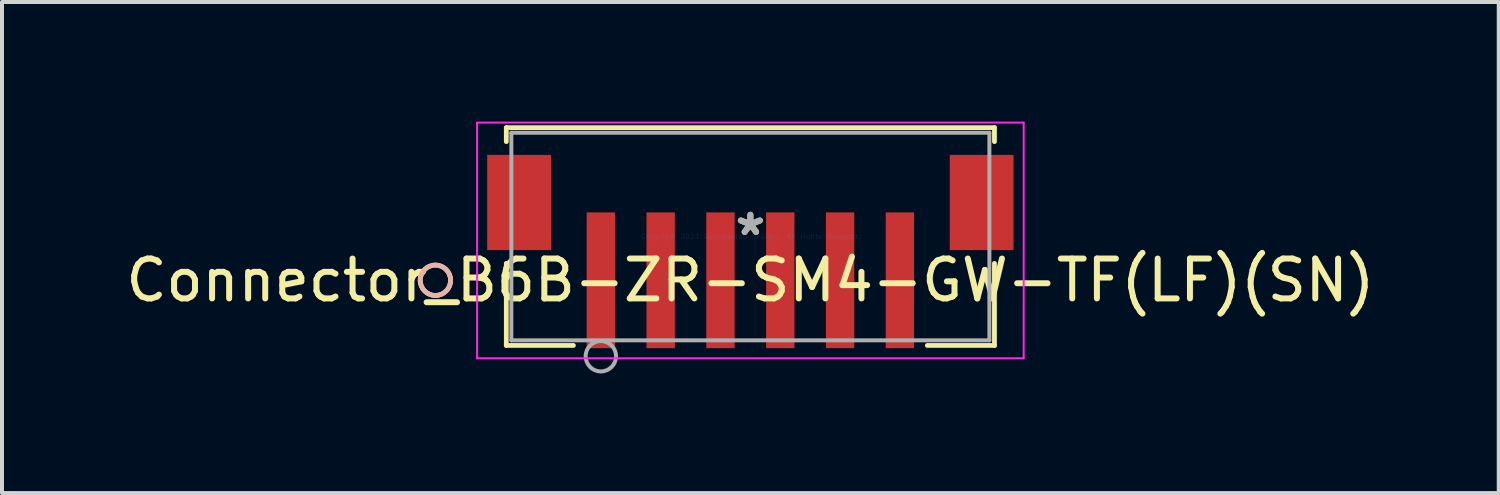
<source format=kicad_pcb>
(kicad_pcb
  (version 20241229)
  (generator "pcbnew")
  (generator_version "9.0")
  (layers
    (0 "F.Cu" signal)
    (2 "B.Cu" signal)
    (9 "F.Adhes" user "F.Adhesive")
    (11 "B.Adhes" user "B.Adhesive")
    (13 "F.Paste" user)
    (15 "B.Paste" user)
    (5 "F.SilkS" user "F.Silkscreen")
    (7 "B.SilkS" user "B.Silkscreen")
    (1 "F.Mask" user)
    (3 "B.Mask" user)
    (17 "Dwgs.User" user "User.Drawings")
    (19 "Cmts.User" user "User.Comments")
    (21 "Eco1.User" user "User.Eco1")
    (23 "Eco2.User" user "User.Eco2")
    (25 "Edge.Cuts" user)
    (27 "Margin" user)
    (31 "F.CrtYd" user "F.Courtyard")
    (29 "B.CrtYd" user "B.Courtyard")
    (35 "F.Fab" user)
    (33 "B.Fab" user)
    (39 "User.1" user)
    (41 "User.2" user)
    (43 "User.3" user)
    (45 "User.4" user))
  (footprint "Connector_B6B-ZR-SM4-GW-TF(LF)(SN)"
    (layer "F.Cu")
    (at 15.768 2.882)
    (property "Reference" "Connector_B6B-ZR-SM4-GW-TF(LF)(SN)" (at 0 1.097 0) (layer "F.SilkS") (effects (font (size 1 1) (thickness 0.15))))
    (attr through_hole)
    (fp_line (start -6.121 -2.731) (end -6.121 -2.38) (stroke (width 0.12) (type solid)) (layer "F.SilkS"))
    (fp_line (start -6.121 0.673) (end -6.121 2.731) (stroke (width 0.12) (type solid)) (layer "F.SilkS"))
    (fp_line (start -6.121 2.731) (end -4.438 2.731) (stroke (width 0.12) (type solid)) (layer "F.SilkS"))
    (fp_line (start 4.438 2.731) (end 6.121 2.731) (stroke (width 0.12) (type solid)) (layer "F.SilkS"))
    (fp_line (start 6.121 -2.731) (end -6.121 -2.731) (stroke (width 0.12) (type solid)) (layer "F.SilkS"))
    (fp_line (start 6.121 -2.38) (end 6.121 -2.731) (stroke (width 0.12) (type solid)) (layer "F.SilkS"))
    (fp_line (start 6.121 2.731) (end 6.121 0.673) (stroke (width 0.12) (type solid)) (layer "F.SilkS"))
    (fp_circle (center -7.899 1.097) (end -7.518 1.097) (stroke (width 0.12) (type solid)) (fill no) (layer "F.SilkS"))
    (fp_circle (center -7.899 1.097) (end -7.518 1.097) (stroke (width 0.12) (type solid)) (fill no) (layer "B.SilkS"))
    (fp_line (start -6.854 -2.857) (end -6.854 3.052) (stroke (width 0.05) (type solid)) (layer "F.CrtYd"))
    (fp_line (start -6.854 3.052) (end 6.854 3.052) (stroke (width 0.05) (type solid)) (layer "F.CrtYd"))
    (fp_line (start 6.854 -2.857) (end -6.854 -2.857) (stroke (width 0.05) (type solid)) (layer "F.CrtYd"))
    (fp_line (start 6.854 3.052) (end 6.854 -2.857) (stroke (width 0.05) (type solid)) (layer "F.CrtYd"))
    (fp_line (start -5.994 -2.603) (end -5.994 2.603) (stroke (width 0.1) (type solid)) (layer "F.Fab"))
    (fp_line (start -5.994 2.603) (end 5.994 2.603) (stroke (width 0.1) (type solid)) (layer "F.Fab"))
    (fp_line (start 5.994 -2.603) (end -5.994 -2.603) (stroke (width 0.1) (type solid)) (layer "F.Fab"))
    (fp_line (start 5.994 2.603) (end 5.994 -2.603) (stroke (width 0.1) (type solid)) (layer "F.Fab"))
    (fp_circle (center -3.75 3.002) (end -3.369 3.002) (stroke (width 0.1) (type solid)) (fill no) (layer "F.Fab"))
    (fp_text user "*" (at 0 0 0) (layer "F.SilkS") (effects (font (size 1 1) (thickness 0.15))))
    (fp_text user "Copyright 2021 Accelerated Designs. All rights reserved." (at 0 0 0) (layer "Cmts.User") (effects (font (size 0.127 0.127) (thickness 0.002))))
    (fp_text user "*" (at 0 0 0) (layer "F.Fab") (effects (font (size 1 1) (thickness 0.15))))
    (pad "1" smd rect (at -3.75 1.097) (size 0.711 3.404) (layers "F.Cu" "F.Mask" "F.Paste"))
    (pad "2" smd rect (at -2.25 1.097) (size 0.711 3.404) (layers "F.Cu" "F.Mask" "F.Paste"))
    (pad "3" smd rect (at -0.75 1.097) (size 0.711 3.404) (layers "F.Cu" "F.Mask" "F.Paste"))
    (pad "4" smd rect (at 0.75 1.097) (size 0.711 3.404) (layers "F.Cu" "F.Mask" "F.Paste"))
    (pad "5" smd rect (at 2.25 1.097) (size 0.711 3.404) (layers "F.Cu" "F.Mask" "F.Paste"))
    (pad "6" smd rect (at 3.75 1.097) (size 0.711 3.404) (layers "F.Cu" "F.Mask" "F.Paste"))
    (pad "7" smd rect (at -5.8 -0.854) (size 1.6 2.388) (layers "F.Cu" "F.Mask" "F.Paste"))
    (pad "8" smd rect (at 5.8 -0.854) (size 1.6 2.388) (layers "F.Cu" "F.Mask" "F.Paste")))
  (gr_rect
    (start -3 -3)
    (end 34.536 9.315)
    (stroke (width 0.1) (type default))
    (fill no)
    (layer "Edge.Cuts")))
</source>
